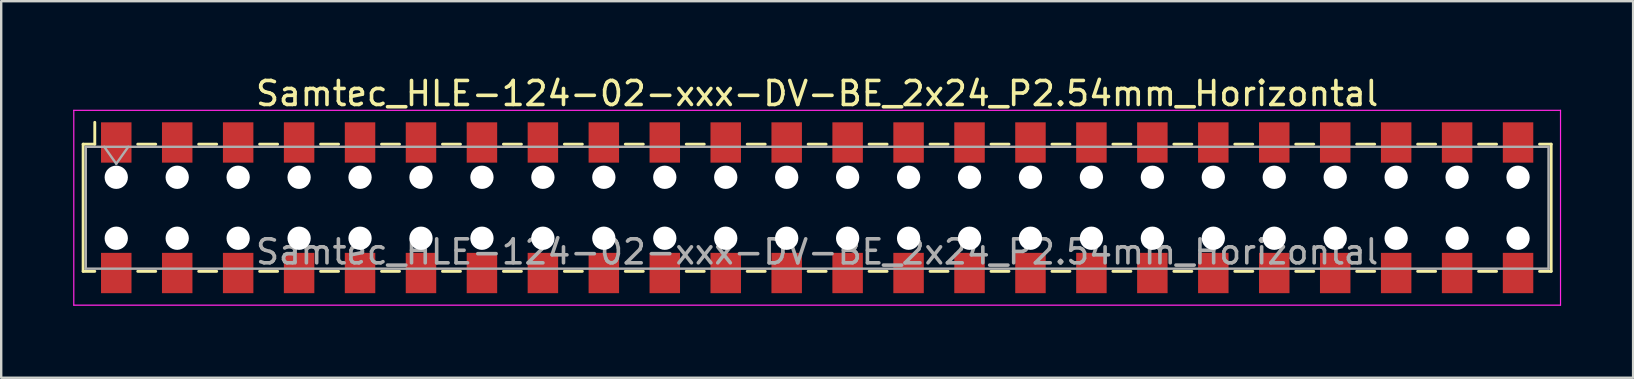
<source format=kicad_pcb>
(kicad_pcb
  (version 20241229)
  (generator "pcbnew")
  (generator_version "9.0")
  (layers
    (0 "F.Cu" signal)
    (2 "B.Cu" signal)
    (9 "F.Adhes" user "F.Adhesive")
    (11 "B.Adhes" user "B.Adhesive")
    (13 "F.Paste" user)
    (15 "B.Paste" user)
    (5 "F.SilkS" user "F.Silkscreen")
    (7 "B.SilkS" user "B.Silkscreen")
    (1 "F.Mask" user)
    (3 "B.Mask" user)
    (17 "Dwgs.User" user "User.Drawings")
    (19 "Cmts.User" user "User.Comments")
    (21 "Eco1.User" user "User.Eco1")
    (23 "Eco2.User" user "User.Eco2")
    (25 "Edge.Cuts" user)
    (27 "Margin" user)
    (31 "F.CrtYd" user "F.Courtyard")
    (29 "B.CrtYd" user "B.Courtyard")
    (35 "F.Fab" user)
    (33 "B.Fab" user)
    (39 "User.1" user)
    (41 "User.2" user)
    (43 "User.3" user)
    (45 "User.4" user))
  (footprint "Samtec_HLE-124-02-xxx-DV-BE_2x24_P2.54mm_Horizontal"
    (layer "F.Cu")
    (at 31.005 5.608)
    (property "Reference" "Samtec_HLE-124-02-xxx-DV-BE_2x24_P2.54mm_Horizontal" (at 0 -4.76 0) (layer "F.SilkS") (effects (font (size 1 1) (thickness 0.15))))
    (attr smd)
    (fp_line (start -30.59 -2.65) (end -30.59 2.65) (stroke (width 0.12) (type solid)) (layer "F.SilkS"))
    (fp_line (start -30.59 2.65) (end -30.105 2.65) (stroke (width 0.12) (type solid)) (layer "F.SilkS"))
    (fp_line (start -30.105 -3.56) (end -30.105 -2.65) (stroke (width 0.12) (type solid)) (layer "F.SilkS"))
    (fp_line (start -30.105 -2.65) (end -30.59 -2.65) (stroke (width 0.12) (type solid)) (layer "F.SilkS"))
    (fp_line (start -28.315 -2.65) (end -27.565 -2.65) (stroke (width 0.12) (type solid)) (layer "F.SilkS"))
    (fp_line (start -28.315 2.65) (end -27.565 2.65) (stroke (width 0.12) (type solid)) (layer "F.SilkS"))
    (fp_line (start -25.775 -2.65) (end -25.025 -2.65) (stroke (width 0.12) (type solid)) (layer "F.SilkS"))
    (fp_line (start -25.775 2.65) (end -25.025 2.65) (stroke (width 0.12) (type solid)) (layer "F.SilkS"))
    (fp_line (start -23.235 -2.65) (end -22.485 -2.65) (stroke (width 0.12) (type solid)) (layer "F.SilkS"))
    (fp_line (start -23.235 2.65) (end -22.485 2.65) (stroke (width 0.12) (type solid)) (layer "F.SilkS"))
    (fp_line (start -20.695 -2.65) (end -19.945 -2.65) (stroke (width 0.12) (type solid)) (layer "F.SilkS"))
    (fp_line (start -20.695 2.65) (end -19.945 2.65) (stroke (width 0.12) (type solid)) (layer "F.SilkS"))
    (fp_line (start -18.155 -2.65) (end -17.405 -2.65) (stroke (width 0.12) (type solid)) (layer "F.SilkS"))
    (fp_line (start -18.155 2.65) (end -17.405 2.65) (stroke (width 0.12) (type solid)) (layer "F.SilkS"))
    (fp_line (start -15.615 -2.65) (end -14.865 -2.65) (stroke (width 0.12) (type solid)) (layer "F.SilkS"))
    (fp_line (start -15.615 2.65) (end -14.865 2.65) (stroke (width 0.12) (type solid)) (layer "F.SilkS"))
    (fp_line (start -13.075 -2.65) (end -12.325 -2.65) (stroke (width 0.12) (type solid)) (layer "F.SilkS"))
    (fp_line (start -13.075 2.65) (end -12.325 2.65) (stroke (width 0.12) (type solid)) (layer "F.SilkS"))
    (fp_line (start -10.535 -2.65) (end -9.785 -2.65) (stroke (width 0.12) (type solid)) (layer "F.SilkS"))
    (fp_line (start -10.535 2.65) (end -9.785 2.65) (stroke (width 0.12) (type solid)) (layer "F.SilkS"))
    (fp_line (start -7.995 -2.65) (end -7.245 -2.65) (stroke (width 0.12) (type solid)) (layer "F.SilkS"))
    (fp_line (start -7.995 2.65) (end -7.245 2.65) (stroke (width 0.12) (type solid)) (layer "F.SilkS"))
    (fp_line (start -5.455 -2.65) (end -4.705 -2.65) (stroke (width 0.12) (type solid)) (layer "F.SilkS"))
    (fp_line (start -5.455 2.65) (end -4.705 2.65) (stroke (width 0.12) (type solid)) (layer "F.SilkS"))
    (fp_line (start -2.915 -2.65) (end -2.165 -2.65) (stroke (width 0.12) (type solid)) (layer "F.SilkS"))
    (fp_line (start -2.915 2.65) (end -2.165 2.65) (stroke (width 0.12) (type solid)) (layer "F.SilkS"))
    (fp_line (start -0.375 -2.65) (end 0.375 -2.65) (stroke (width 0.12) (type solid)) (layer "F.SilkS"))
    (fp_line (start -0.375 2.65) (end 0.375 2.65) (stroke (width 0.12) (type solid)) (layer "F.SilkS"))
    (fp_line (start 2.165 -2.65) (end 2.915 -2.65) (stroke (width 0.12) (type solid)) (layer "F.SilkS"))
    (fp_line (start 2.165 2.65) (end 2.915 2.65) (stroke (width 0.12) (type solid)) (layer "F.SilkS"))
    (fp_line (start 4.705 -2.65) (end 5.455 -2.65) (stroke (width 0.12) (type solid)) (layer "F.SilkS"))
    (fp_line (start 4.705 2.65) (end 5.455 2.65) (stroke (width 0.12) (type solid)) (layer "F.SilkS"))
    (fp_line (start 7.245 -2.65) (end 7.995 -2.65) (stroke (width 0.12) (type solid)) (layer "F.SilkS"))
    (fp_line (start 7.245 2.65) (end 7.995 2.65) (stroke (width 0.12) (type solid)) (layer "F.SilkS"))
    (fp_line (start 9.785 -2.65) (end 10.535 -2.65) (stroke (width 0.12) (type solid)) (layer "F.SilkS"))
    (fp_line (start 9.785 2.65) (end 10.535 2.65) (stroke (width 0.12) (type solid)) (layer "F.SilkS"))
    (fp_line (start 12.325 -2.65) (end 13.075 -2.65) (stroke (width 0.12) (type solid)) (layer "F.SilkS"))
    (fp_line (start 12.325 2.65) (end 13.075 2.65) (stroke (width 0.12) (type solid)) (layer "F.SilkS"))
    (fp_line (start 14.865 -2.65) (end 15.615 -2.65) (stroke (width 0.12) (type solid)) (layer "F.SilkS"))
    (fp_line (start 14.865 2.65) (end 15.615 2.65) (stroke (width 0.12) (type solid)) (layer "F.SilkS"))
    (fp_line (start 17.405 -2.65) (end 18.155 -2.65) (stroke (width 0.12) (type solid)) (layer "F.SilkS"))
    (fp_line (start 17.405 2.65) (end 18.155 2.65) (stroke (width 0.12) (type solid)) (layer "F.SilkS"))
    (fp_line (start 19.945 -2.65) (end 20.695 -2.65) (stroke (width 0.12) (type solid)) (layer "F.SilkS"))
    (fp_line (start 19.945 2.65) (end 20.695 2.65) (stroke (width 0.12) (type solid)) (layer "F.SilkS"))
    (fp_line (start 22.485 -2.65) (end 23.235 -2.65) (stroke (width 0.12) (type solid)) (layer "F.SilkS"))
    (fp_line (start 22.485 2.65) (end 23.235 2.65) (stroke (width 0.12) (type solid)) (layer "F.SilkS"))
    (fp_line (start 25.025 -2.65) (end 25.775 -2.65) (stroke (width 0.12) (type solid)) (layer "F.SilkS"))
    (fp_line (start 25.025 2.65) (end 25.775 2.65) (stroke (width 0.12) (type solid)) (layer "F.SilkS"))
    (fp_line (start 27.565 -2.65) (end 28.315 -2.65) (stroke (width 0.12) (type solid)) (layer "F.SilkS"))
    (fp_line (start 27.565 2.65) (end 28.315 2.65) (stroke (width 0.12) (type solid)) (layer "F.SilkS"))
    (fp_line (start 30.105 -2.65) (end 30.59 -2.65) (stroke (width 0.12) (type solid)) (layer "F.SilkS"))
    (fp_line (start 30.59 -2.65) (end 30.59 2.65) (stroke (width 0.12) (type solid)) (layer "F.SilkS"))
    (fp_line (start 30.59 2.65) (end 30.105 2.65) (stroke (width 0.12) (type solid)) (layer "F.SilkS"))
    (fp_line (start -30.98 -4.06) (end 30.98 -4.06) (stroke (width 0.05) (type solid)) (layer "F.CrtYd"))
    (fp_line (start -30.98 4.06) (end -30.98 -4.06) (stroke (width 0.05) (type solid)) (layer "F.CrtYd"))
    (fp_line (start 30.98 -4.06) (end 30.98 4.06) (stroke (width 0.05) (type solid)) (layer "F.CrtYd"))
    (fp_line (start 30.98 4.06) (end -30.98 4.06) (stroke (width 0.05) (type solid)) (layer "F.CrtYd"))
    (fp_line (start -30.48 -2.54) (end 30.48 -2.54) (stroke (width 0.1) (type solid)) (layer "F.Fab"))
    (fp_line (start -30.48 2.54) (end -30.48 -2.54) (stroke (width 0.1) (type solid)) (layer "F.Fab"))
    (fp_line (start -29.71 -2.54) (end -29.21 -1.833) (stroke (width 0.1) (type solid)) (layer "F.Fab"))
    (fp_line (start -29.21 -1.833) (end -28.71 -2.54) (stroke (width 0.1) (type solid)) (layer "F.Fab"))
    (fp_line (start 30.48 -2.54) (end 30.48 2.54) (stroke (width 0.1) (type solid)) (layer "F.Fab"))
    (fp_line (start 30.48 2.54) (end -30.48 2.54) (stroke (width 0.1) (type solid)) (layer "F.Fab"))
    (fp_text user "${REFERENCE}" (at 0 1.84 0) (layer "F.Fab") (effects (font (size 1 1) (thickness 0.15))))
    (pad "" np_thru_hole circle (at -29.21 -1.27) (size 0.97 0.97) (drill 0.97) (layers "*.Cu" "*.Mask"))
    (pad "" np_thru_hole circle (at -29.21 1.27) (size 0.97 0.97) (drill 0.97) (layers "*.Cu" "*.Mask"))
    (pad "" np_thru_hole circle (at -26.67 -1.27) (size 0.97 0.97) (drill 0.97) (layers "*.Cu" "*.Mask"))
    (pad "" np_thru_hole circle (at -26.67 1.27) (size 0.97 0.97) (drill 0.97) (layers "*.Cu" "*.Mask"))
    (pad "" np_thru_hole circle (at -24.13 -1.27) (size 0.97 0.97) (drill 0.97) (layers "*.Cu" "*.Mask"))
    (pad "" np_thru_hole circle (at -24.13 1.27) (size 0.97 0.97) (drill 0.97) (layers "*.Cu" "*.Mask"))
    (pad "" np_thru_hole circle (at -21.59 -1.27) (size 0.97 0.97) (drill 0.97) (layers "*.Cu" "*.Mask"))
    (pad "" np_thru_hole circle (at -21.59 1.27) (size 0.97 0.97) (drill 0.97) (layers "*.Cu" "*.Mask"))
    (pad "" np_thru_hole circle (at -19.05 -1.27) (size 0.97 0.97) (drill 0.97) (layers "*.Cu" "*.Mask"))
    (pad "" np_thru_hole circle (at -19.05 1.27) (size 0.97 0.97) (drill 0.97) (layers "*.Cu" "*.Mask"))
    (pad "" np_thru_hole circle (at -16.51 -1.27) (size 0.97 0.97) (drill 0.97) (layers "*.Cu" "*.Mask"))
    (pad "" np_thru_hole circle (at -16.51 1.27) (size 0.97 0.97) (drill 0.97) (layers "*.Cu" "*.Mask"))
    (pad "" np_thru_hole circle (at -13.97 -1.27) (size 0.97 0.97) (drill 0.97) (layers "*.Cu" "*.Mask"))
    (pad "" np_thru_hole circle (at -13.97 1.27) (size 0.97 0.97) (drill 0.97) (layers "*.Cu" "*.Mask"))
    (pad "" np_thru_hole circle (at -11.43 -1.27) (size 0.97 0.97) (drill 0.97) (layers "*.Cu" "*.Mask"))
    (pad "" np_thru_hole circle (at -11.43 1.27) (size 0.97 0.97) (drill 0.97) (layers "*.Cu" "*.Mask"))
    (pad "" np_thru_hole circle (at -8.89 -1.27) (size 0.97 0.97) (drill 0.97) (layers "*.Cu" "*.Mask"))
    (pad "" np_thru_hole circle (at -8.89 1.27) (size 0.97 0.97) (drill 0.97) (layers "*.Cu" "*.Mask"))
    (pad "" np_thru_hole circle (at -6.35 -1.27) (size 0.97 0.97) (drill 0.97) (layers "*.Cu" "*.Mask"))
    (pad "" np_thru_hole circle (at -6.35 1.27) (size 0.97 0.97) (drill 0.97) (layers "*.Cu" "*.Mask"))
    (pad "" np_thru_hole circle (at -3.81 -1.27) (size 0.97 0.97) (drill 0.97) (layers "*.Cu" "*.Mask"))
    (pad "" np_thru_hole circle (at -3.81 1.27) (size 0.97 0.97) (drill 0.97) (layers "*.Cu" "*.Mask"))
    (pad "" np_thru_hole circle (at -1.27 -1.27) (size 0.97 0.97) (drill 0.97) (layers "*.Cu" "*.Mask"))
    (pad "" np_thru_hole circle (at -1.27 1.27) (size 0.97 0.97) (drill 0.97) (layers "*.Cu" "*.Mask"))
    (pad "" np_thru_hole circle (at 1.27 -1.27) (size 0.97 0.97) (drill 0.97) (layers "*.Cu" "*.Mask"))
    (pad "" np_thru_hole circle (at 1.27 1.27) (size 0.97 0.97) (drill 0.97) (layers "*.Cu" "*.Mask"))
    (pad "" np_thru_hole circle (at 3.81 -1.27) (size 0.97 0.97) (drill 0.97) (layers "*.Cu" "*.Mask"))
    (pad "" np_thru_hole circle (at 3.81 1.27) (size 0.97 0.97) (drill 0.97) (layers "*.Cu" "*.Mask"))
    (pad "" np_thru_hole circle (at 6.35 -1.27) (size 0.97 0.97) (drill 0.97) (layers "*.Cu" "*.Mask"))
    (pad "" np_thru_hole circle (at 6.35 1.27) (size 0.97 0.97) (drill 0.97) (layers "*.Cu" "*.Mask"))
    (pad "" np_thru_hole circle (at 8.89 -1.27) (size 0.97 0.97) (drill 0.97) (layers "*.Cu" "*.Mask"))
    (pad "" np_thru_hole circle (at 8.89 1.27) (size 0.97 0.97) (drill 0.97) (layers "*.Cu" "*.Mask"))
    (pad "" np_thru_hole circle (at 11.43 -1.27) (size 0.97 0.97) (drill 0.97) (layers "*.Cu" "*.Mask"))
    (pad "" np_thru_hole circle (at 11.43 1.27) (size 0.97 0.97) (drill 0.97) (layers "*.Cu" "*.Mask"))
    (pad "" np_thru_hole circle (at 13.97 -1.27) (size 0.97 0.97) (drill 0.97) (layers "*.Cu" "*.Mask"))
    (pad "" np_thru_hole circle (at 13.97 1.27) (size 0.97 0.97) (drill 0.97) (layers "*.Cu" "*.Mask"))
    (pad "" np_thru_hole circle (at 16.51 -1.27) (size 0.97 0.97) (drill 0.97) (layers "*.Cu" "*.Mask"))
    (pad "" np_thru_hole circle (at 16.51 1.27) (size 0.97 0.97) (drill 0.97) (layers "*.Cu" "*.Mask"))
    (pad "" np_thru_hole circle (at 19.05 -1.27) (size 0.97 0.97) (drill 0.97) (layers "*.Cu" "*.Mask"))
    (pad "" np_thru_hole circle (at 19.05 1.27) (size 0.97 0.97) (drill 0.97) (layers "*.Cu" "*.Mask"))
    (pad "" np_thru_hole circle (at 21.59 -1.27) (size 0.97 0.97) (drill 0.97) (layers "*.Cu" "*.Mask"))
    (pad "" np_thru_hole circle (at 21.59 1.27) (size 0.97 0.97) (drill 0.97) (layers "*.Cu" "*.Mask"))
    (pad "" np_thru_hole circle (at 24.13 -1.27) (size 0.97 0.97) (drill 0.97) (layers "*.Cu" "*.Mask"))
    (pad "" np_thru_hole circle (at 24.13 1.27) (size 0.97 0.97) (drill 0.97) (layers "*.Cu" "*.Mask"))
    (pad "" np_thru_hole circle (at 26.67 -1.27) (size 0.97 0.97) (drill 0.97) (layers "*.Cu" "*.Mask"))
    (pad "" np_thru_hole circle (at 26.67 1.27) (size 0.97 0.97) (drill 0.97) (layers "*.Cu" "*.Mask"))
    (pad "" np_thru_hole circle (at 29.21 -1.27) (size 0.97 0.97) (drill 0.97) (layers "*.Cu" "*.Mask"))
    (pad "" np_thru_hole circle (at 29.21 1.27) (size 0.97 0.97) (drill 0.97) (layers "*.Cu" "*.Mask"))
    (pad "1" smd rect (at -29.21 -2.72) (size 1.27 1.68) (layers "F.Cu" "F.Mask" "F.Paste"))
    (pad "2" smd rect (at -29.21 2.72) (size 1.27 1.68) (layers "F.Cu" "F.Mask" "F.Paste"))
    (pad "3" smd rect (at -26.67 -2.72) (size 1.27 1.68) (layers "F.Cu" "F.Mask" "F.Paste"))
    (pad "4" smd rect (at -26.67 2.72) (size 1.27 1.68) (layers "F.Cu" "F.Mask" "F.Paste"))
    (pad "5" smd rect (at -24.13 -2.72) (size 1.27 1.68) (layers "F.Cu" "F.Mask" "F.Paste"))
    (pad "6" smd rect (at -24.13 2.72) (size 1.27 1.68) (layers "F.Cu" "F.Mask" "F.Paste"))
    (pad "7" smd rect (at -21.59 -2.72) (size 1.27 1.68) (layers "F.Cu" "F.Mask" "F.Paste"))
    (pad "8" smd rect (at -21.59 2.72) (size 1.27 1.68) (layers "F.Cu" "F.Mask" "F.Paste"))
    (pad "9" smd rect (at -19.05 -2.72) (size 1.27 1.68) (layers "F.Cu" "F.Mask" "F.Paste"))
    (pad "10" smd rect (at -19.05 2.72) (size 1.27 1.68) (layers "F.Cu" "F.Mask" "F.Paste"))
    (pad "11" smd rect (at -16.51 -2.72) (size 1.27 1.68) (layers "F.Cu" "F.Mask" "F.Paste"))
    (pad "12" smd rect (at -16.51 2.72) (size 1.27 1.68) (layers "F.Cu" "F.Mask" "F.Paste"))
    (pad "13" smd rect (at -13.97 -2.72) (size 1.27 1.68) (layers "F.Cu" "F.Mask" "F.Paste"))
    (pad "14" smd rect (at -13.97 2.72) (size 1.27 1.68) (layers "F.Cu" "F.Mask" "F.Paste"))
    (pad "15" smd rect (at -11.43 -2.72) (size 1.27 1.68) (layers "F.Cu" "F.Mask" "F.Paste"))
    (pad "16" smd rect (at -11.43 2.72) (size 1.27 1.68) (layers "F.Cu" "F.Mask" "F.Paste"))
    (pad "17" smd rect (at -8.89 -2.72) (size 1.27 1.68) (layers "F.Cu" "F.Mask" "F.Paste"))
    (pad "18" smd rect (at -8.89 2.72) (size 1.27 1.68) (layers "F.Cu" "F.Mask" "F.Paste"))
    (pad "19" smd rect (at -6.35 -2.72) (size 1.27 1.68) (layers "F.Cu" "F.Mask" "F.Paste"))
    (pad "20" smd rect (at -6.35 2.72) (size 1.27 1.68) (layers "F.Cu" "F.Mask" "F.Paste"))
    (pad "21" smd rect (at -3.81 -2.72) (size 1.27 1.68) (layers "F.Cu" "F.Mask" "F.Paste"))
    (pad "22" smd rect (at -3.81 2.72) (size 1.27 1.68) (layers "F.Cu" "F.Mask" "F.Paste"))
    (pad "23" smd rect (at -1.27 -2.72) (size 1.27 1.68) (layers "F.Cu" "F.Mask" "F.Paste"))
    (pad "24" smd rect (at -1.27 2.72) (size 1.27 1.68) (layers "F.Cu" "F.Mask" "F.Paste"))
    (pad "25" smd rect (at 1.27 -2.72) (size 1.27 1.68) (layers "F.Cu" "F.Mask" "F.Paste"))
    (pad "26" smd rect (at 1.27 2.72) (size 1.27 1.68) (layers "F.Cu" "F.Mask" "F.Paste"))
    (pad "27" smd rect (at 3.81 -2.72) (size 1.27 1.68) (layers "F.Cu" "F.Mask" "F.Paste"))
    (pad "28" smd rect (at 3.81 2.72) (size 1.27 1.68) (layers "F.Cu" "F.Mask" "F.Paste"))
    (pad "29" smd rect (at 6.35 -2.72) (size 1.27 1.68) (layers "F.Cu" "F.Mask" "F.Paste"))
    (pad "30" smd rect (at 6.35 2.72) (size 1.27 1.68) (layers "F.Cu" "F.Mask" "F.Paste"))
    (pad "31" smd rect (at 8.89 -2.72) (size 1.27 1.68) (layers "F.Cu" "F.Mask" "F.Paste"))
    (pad "32" smd rect (at 8.89 2.72) (size 1.27 1.68) (layers "F.Cu" "F.Mask" "F.Paste"))
    (pad "33" smd rect (at 11.43 -2.72) (size 1.27 1.68) (layers "F.Cu" "F.Mask" "F.Paste"))
    (pad "34" smd rect (at 11.43 2.72) (size 1.27 1.68) (layers "F.Cu" "F.Mask" "F.Paste"))
    (pad "35" smd rect (at 13.97 -2.72) (size 1.27 1.68) (layers "F.Cu" "F.Mask" "F.Paste"))
    (pad "36" smd rect (at 13.97 2.72) (size 1.27 1.68) (layers "F.Cu" "F.Mask" "F.Paste"))
    (pad "37" smd rect (at 16.51 -2.72) (size 1.27 1.68) (layers "F.Cu" "F.Mask" "F.Paste"))
    (pad "38" smd rect (at 16.51 2.72) (size 1.27 1.68) (layers "F.Cu" "F.Mask" "F.Paste"))
    (pad "39" smd rect (at 19.05 -2.72) (size 1.27 1.68) (layers "F.Cu" "F.Mask" "F.Paste"))
    (pad "40" smd rect (at 19.05 2.72) (size 1.27 1.68) (layers "F.Cu" "F.Mask" "F.Paste"))
    (pad "41" smd rect (at 21.59 -2.72) (size 1.27 1.68) (layers "F.Cu" "F.Mask" "F.Paste"))
    (pad "42" smd rect (at 21.59 2.72) (size 1.27 1.68) (layers "F.Cu" "F.Mask" "F.Paste"))
    (pad "43" smd rect (at 24.13 -2.72) (size 1.27 1.68) (layers "F.Cu" "F.Mask" "F.Paste"))
    (pad "44" smd rect (at 24.13 2.72) (size 1.27 1.68) (layers "F.Cu" "F.Mask" "F.Paste"))
    (pad "45" smd rect (at 26.67 -2.72) (size 1.27 1.68) (layers "F.Cu" "F.Mask" "F.Paste"))
    (pad "46" smd rect (at 26.67 2.72) (size 1.27 1.68) (layers "F.Cu" "F.Mask" "F.Paste"))
    (pad "47" smd rect (at 29.21 -2.72) (size 1.27 1.68) (layers "F.Cu" "F.Mask" "F.Paste"))
    (pad "48" smd rect (at 29.21 2.72) (size 1.27 1.68) (layers "F.Cu" "F.Mask" "F.Paste")))
  (gr_rect
    (start -3 -3)
    (end 65.01 12.693)
    (stroke (width 0.1) (type default))
    (fill no)
    (layer "Edge.Cuts")))
</source>
